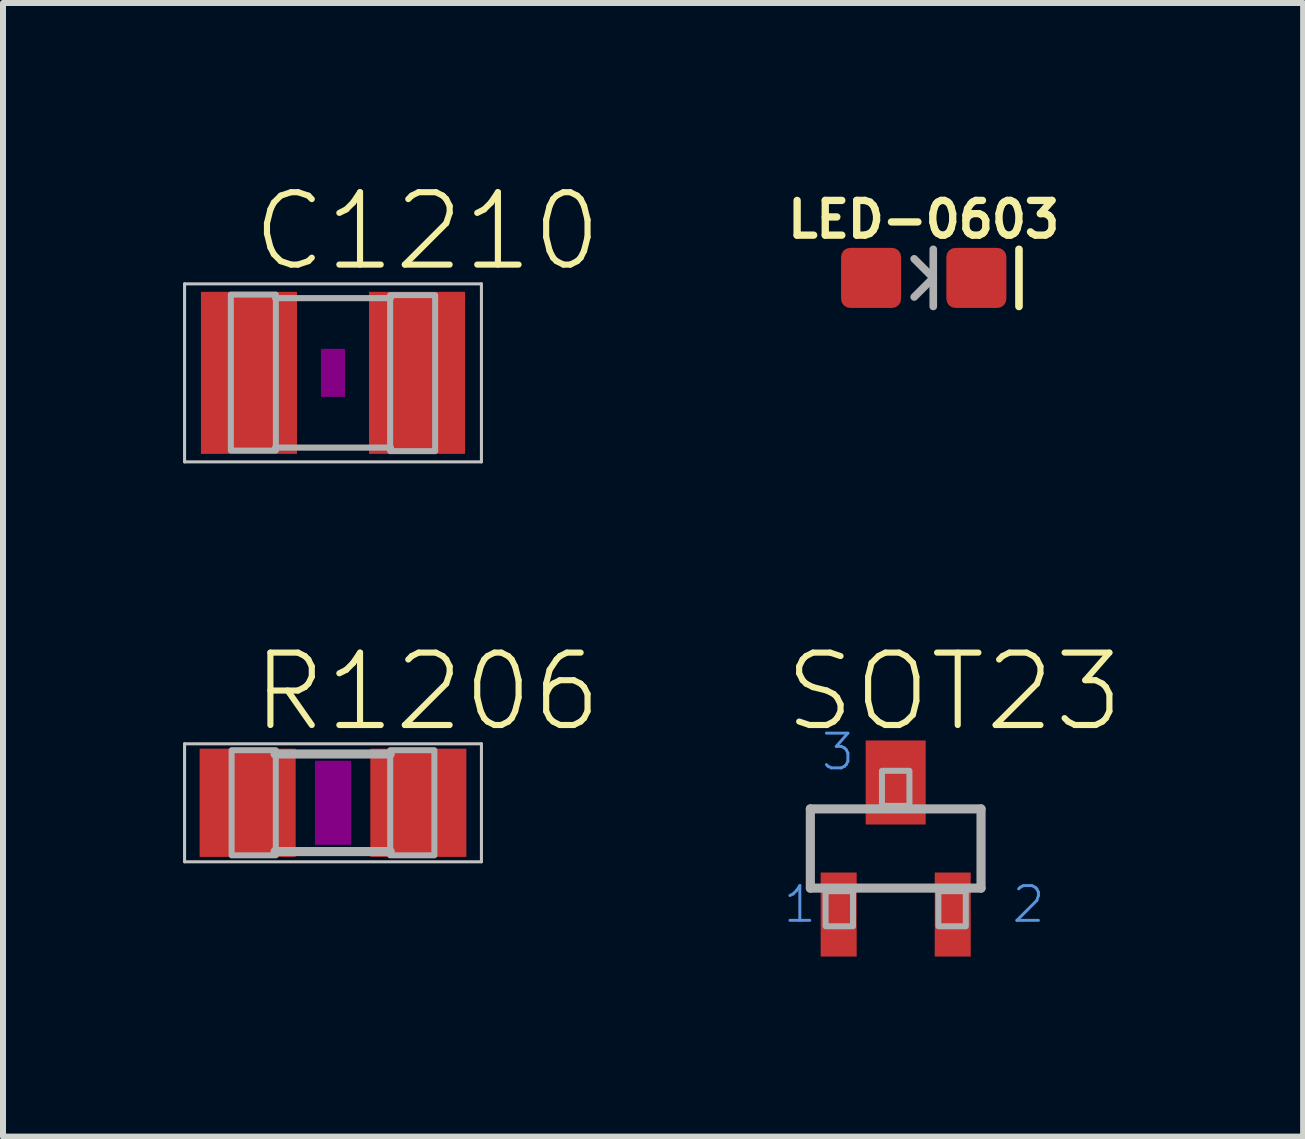
<source format=kicad_pcb>
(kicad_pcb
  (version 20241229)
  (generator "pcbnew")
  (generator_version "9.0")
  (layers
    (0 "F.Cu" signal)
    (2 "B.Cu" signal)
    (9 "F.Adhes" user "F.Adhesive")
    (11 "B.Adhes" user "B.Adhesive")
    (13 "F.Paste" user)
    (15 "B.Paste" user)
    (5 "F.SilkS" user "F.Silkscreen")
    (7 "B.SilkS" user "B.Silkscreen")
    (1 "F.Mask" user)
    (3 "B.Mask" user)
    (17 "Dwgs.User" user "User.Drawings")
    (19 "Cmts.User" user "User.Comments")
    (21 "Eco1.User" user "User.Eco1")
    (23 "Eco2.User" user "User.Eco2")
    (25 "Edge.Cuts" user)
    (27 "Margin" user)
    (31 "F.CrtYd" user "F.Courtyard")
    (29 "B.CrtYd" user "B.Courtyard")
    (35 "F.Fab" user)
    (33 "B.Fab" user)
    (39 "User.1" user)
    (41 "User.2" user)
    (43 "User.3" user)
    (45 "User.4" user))
  (footprint "SOT23"
    (layer "F.Cu")
    (at 11.873 11.087)
    (property "Reference" "SOT23" (at -1.905 -1.905 0) (layer "F.SilkS") (effects (font (size 1.206 1.206) (thickness 0.102)) (justify left bottom)))
    (attr through_hole)
    (fp_line (start -1.422 -0.66) (end 1.422 -0.66) (stroke (width 0.152) (type solid)) (layer "F.Fab"))
    (fp_line (start -1.422 0.66) (end -1.422 -0.66) (stroke (width 0.152) (type solid)) (layer "F.Fab"))
    (fp_line (start 1.422 -0.66) (end 1.422 0.66) (stroke (width 0.152) (type solid)) (layer "F.Fab"))
    (fp_line (start 1.422 0.66) (end -1.422 0.66) (stroke (width 0.152) (type solid)) (layer "F.Fab"))
    (fp_poly (pts (xy -1.168 1.295) (xy -0.711 1.295) (xy -0.711 0.711) (xy -1.168 0.711)) (stroke (width 0.1) (type solid)) (fill no) (layer "F.Fab"))
    (fp_poly (pts (xy -0.229 -0.711) (xy 0.229 -0.711) (xy 0.229 -1.295) (xy -0.229 -1.295)) (stroke (width 0.1) (type solid)) (fill no) (layer "F.Fab"))
    (fp_poly (pts (xy 0.711 1.295) (xy 1.168 1.295) (xy 1.168 0.711) (xy 0.711 0.711)) (stroke (width 0.1) (type solid)) (fill no) (layer "F.Fab"))
    (fp_text user "3" (at -1.27 -1.27 0) (layer "Cmts.User") (effects (font (size 0.579 0.579) (thickness 0.049)) (justify left bottom)))
    (fp_text user "2" (at 1.905 1.27 0) (layer "Cmts.User") (effects (font (size 0.579 0.579) (thickness 0.049)) (justify left bottom)))
    (fp_text user "1" (at -1.905 1.27 0) (layer "Cmts.User") (effects (font (size 0.579 0.579) (thickness 0.049)) (justify left bottom)))
    (pad "1" smd rect (at -0.95 1.1) (size 0.6 1.4) (layers "F.Cu" "F.Mask" "F.Paste"))
    (pad "2" smd rect (at 0.95 1.1) (size 0.6 1.4) (layers "F.Cu" "F.Mask" "F.Paste"))
    (pad "3" smd rect (at 0 -1.1) (size 1 1.4) (layers "F.Cu" "F.Mask" "F.Paste")))
  (footprint "C1210"
    (layer "F.Cu")
    (at 2.498 3.162)
    (property "Reference" "C1210" (at -1.397 -1.651 0) (layer "F.SilkS") (effects (font (size 1.206 1.206) (thickness 0.102)) (justify left bottom)))
    (attr through_hole)
    (fp_poly (pts (xy -0.2 0.4) (xy 0.2 0.4) (xy 0.2 -0.4) (xy -0.2 -0.4)) (stroke (width 0) (type solid)) (fill yes) (layer "F.Adhes"))
    (fp_line (start -2.473 -1.483) (end 2.473 -1.483) (stroke (width 0.051) (type solid)) (layer "Dwgs.User"))
    (fp_line (start -2.473 1.483) (end -2.473 -1.483) (stroke (width 0.051) (type solid)) (layer "Dwgs.User"))
    (fp_line (start 2.473 -1.483) (end 2.473 1.483) (stroke (width 0.051) (type solid)) (layer "Dwgs.User"))
    (fp_line (start 2.473 1.483) (end -2.473 1.483) (stroke (width 0.051) (type solid)) (layer "Dwgs.User"))
    (fp_line (start -0.965 -1.245) (end 0.965 -1.245) (stroke (width 0.102) (type solid)) (layer "F.Fab"))
    (fp_line (start -0.965 1.245) (end 0.965 1.245) (stroke (width 0.102) (type solid)) (layer "F.Fab"))
    (fp_poly (pts (xy -1.702 1.295) (xy -0.952 1.295) (xy -0.952 -1.304) (xy -1.702 -1.304)) (stroke (width 0.1) (type solid)) (fill no) (layer "F.Fab"))
    (fp_poly (pts (xy 0.952 1.304) (xy 1.702 1.304) (xy 1.702 -1.295) (xy 0.952 -1.295)) (stroke (width 0.1) (type solid)) (fill no) (layer "F.Fab"))
    (pad "1" smd rect (at -1.4 0) (size 1.6 2.7) (layers "F.Cu" "F.Mask" "F.Paste"))
    (pad "2" smd rect (at 1.4 0) (size 1.6 2.7) (layers "F.Cu" "F.Mask" "F.Paste")))
  (footprint "R1206"
    (layer "F.Cu")
    (at 2.498 10.325)
    (property "Reference" "R1206" (at -1.397 -1.143 0) (layer "F.SilkS") (effects (font (size 1.206 1.206) (thickness 0.102)) (justify left bottom)))
    (attr through_hole)
    (fp_poly (pts (xy -0.3 0.7) (xy 0.3 0.7) (xy 0.3 -0.7) (xy -0.3 -0.7)) (stroke (width 0) (type solid)) (fill yes) (layer "F.Adhes"))
    (fp_line (start -2.473 -0.983) (end 2.473 -0.983) (stroke (width 0.051) (type solid)) (layer "Dwgs.User"))
    (fp_line (start -2.473 0.983) (end -2.473 -0.983) (stroke (width 0.051) (type solid)) (layer "Dwgs.User"))
    (fp_line (start 2.473 -0.983) (end 2.473 0.983) (stroke (width 0.051) (type solid)) (layer "Dwgs.User"))
    (fp_line (start 2.473 0.983) (end -2.473 0.983) (stroke (width 0.051) (type solid)) (layer "Dwgs.User"))
    (fp_line (start 0.953 -0.813) (end -0.965 -0.813) (stroke (width 0.152) (type solid)) (layer "F.Fab"))
    (fp_line (start 0.953 0.813) (end -0.965 0.813) (stroke (width 0.152) (type solid)) (layer "F.Fab"))
    (fp_poly (pts (xy -1.689 0.876) (xy -0.953 0.876) (xy -0.953 -0.876) (xy -1.689 -0.876)) (stroke (width 0.1) (type solid)) (fill no) (layer "F.Fab"))
    (fp_poly (pts (xy 0.953 0.876) (xy 1.689 0.876) (xy 1.689 -0.876) (xy 0.953 -0.876)) (stroke (width 0.1) (type solid)) (fill no) (layer "F.Fab"))
    (pad "1" smd rect (at -1.422 0) (size 1.6 1.803) (layers "F.Cu" "F.Mask" "F.Paste"))
    (pad "2" smd rect (at 1.422 0) (size 1.6 1.803) (layers "F.Cu" "F.Mask" "F.Paste")))
  (footprint "LED-0603"
    (layer "F.Cu")
    (at 12.34 1.58)
    (property "Reference" "LED-0603" (at 0 -0.635 0) (layer "F.SilkS") (effects (font (size 0.579 0.579) (thickness 0.122)) (justify bottom)))
    (attr through_hole)
    (fp_line (start 1.587 -0.476) (end 1.587 0.476) (stroke (width 0.127) (type solid)) (layer "F.SilkS"))
    (fp_line (start 0.159 -0.476) (end 0.159 0) (stroke (width 0.127) (type solid)) (layer "F.Fab"))
    (fp_line (start 0.159 0) (end -0.159 -0.318) (stroke (width 0.127) (type solid)) (layer "F.Fab"))
    (fp_line (start 0.159 0) (end -0.159 0.318) (stroke (width 0.127) (type solid)) (layer "F.Fab"))
    (fp_line (start 0.159 0) (end 0.159 0.476) (stroke (width 0.127) (type solid)) (layer "F.Fab"))
    (pad "A" smd roundrect (at -0.877 0 270) (size 1 1) (layers "F.Cu" "F.Mask" "F.Paste") (roundrect_rratio 0.15))
    (pad "C" smd roundrect (at 0.877 0 270) (size 1 1) (layers "F.Cu" "F.Mask" "F.Paste") (roundrect_rratio 0.15)))
  (gr_rect
    (start -3 -3)
    (end 18.661 15.887)
    (stroke (width 0.1) (type default))
    (fill no)
    (layer "Edge.Cuts")))
</source>
